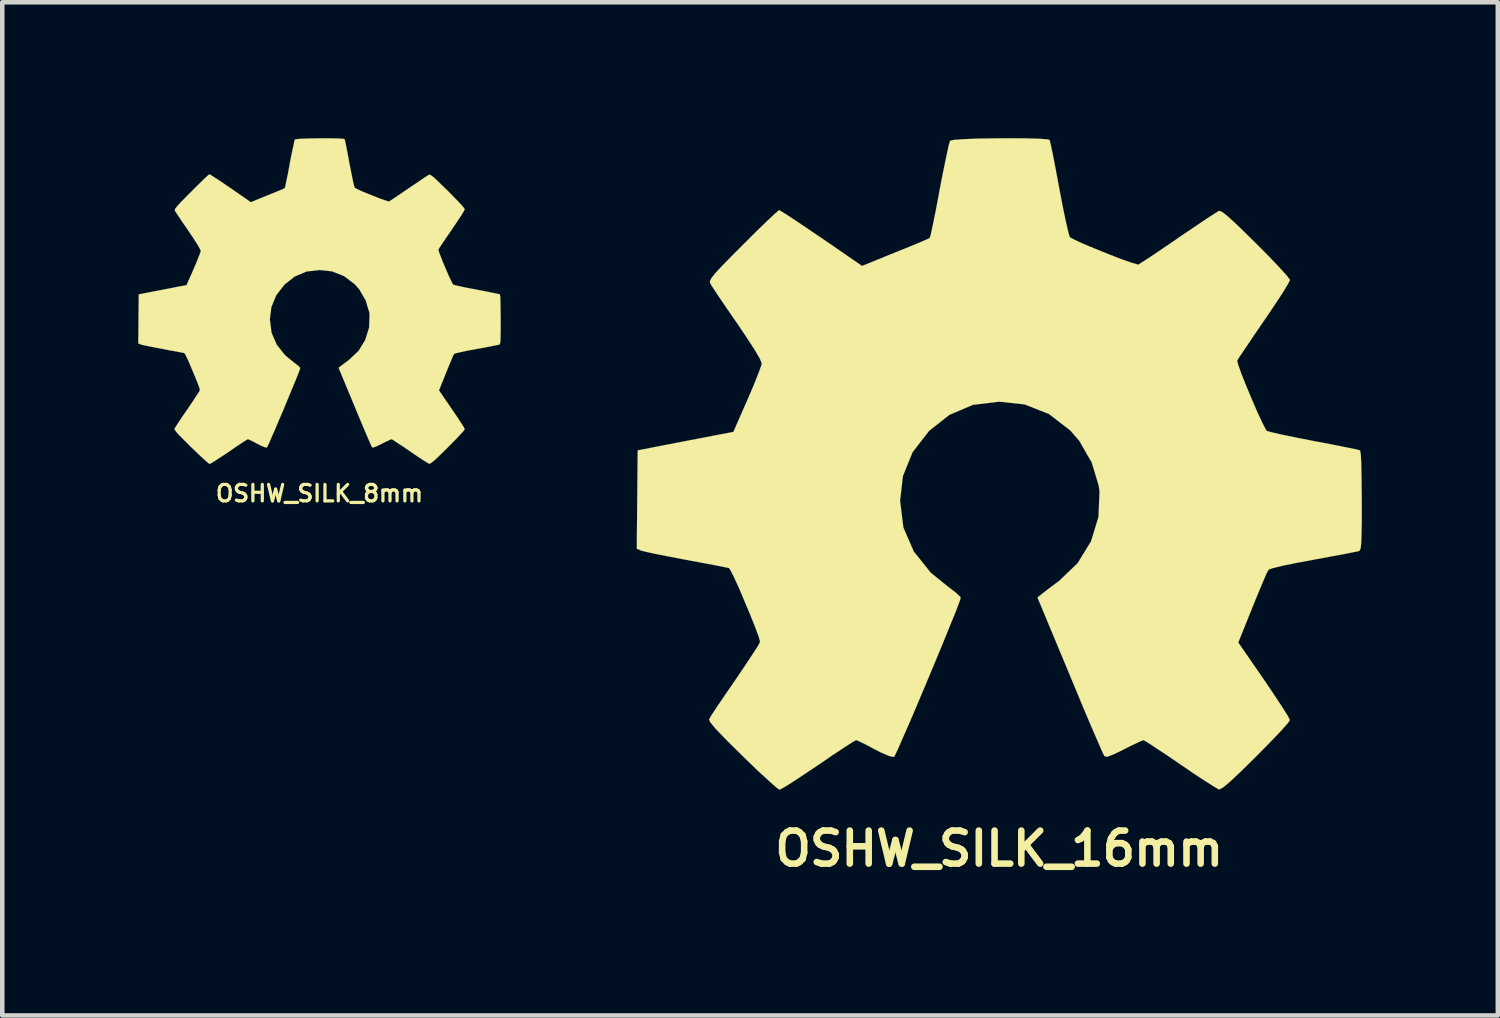
<source format=kicad_pcb>
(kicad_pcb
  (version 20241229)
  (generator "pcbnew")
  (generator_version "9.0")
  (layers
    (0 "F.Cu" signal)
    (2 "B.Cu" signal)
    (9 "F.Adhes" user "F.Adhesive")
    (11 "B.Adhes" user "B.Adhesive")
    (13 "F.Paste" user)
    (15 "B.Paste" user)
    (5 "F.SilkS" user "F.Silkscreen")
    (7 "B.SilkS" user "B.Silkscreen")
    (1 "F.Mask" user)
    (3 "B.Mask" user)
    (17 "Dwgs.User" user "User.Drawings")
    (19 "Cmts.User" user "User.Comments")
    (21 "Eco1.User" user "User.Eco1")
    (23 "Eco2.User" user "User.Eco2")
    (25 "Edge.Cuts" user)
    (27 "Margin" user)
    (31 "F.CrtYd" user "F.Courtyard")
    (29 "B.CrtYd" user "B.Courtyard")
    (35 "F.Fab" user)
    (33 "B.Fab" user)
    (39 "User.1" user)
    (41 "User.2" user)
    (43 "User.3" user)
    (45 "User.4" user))
  (footprint "OSHW_SILK_16mm"
    (layer "F.Cu")
    (at 18.998 7.189)
    (property "Reference" "OSHW_SILK_16mm" (at 0 8.486 0) (layer "F.SilkS") (effects (font (size 0.729 0.729) (thickness 0.145))))
    (attr through_hole)
    (fp_poly (pts (xy -4.849 7.186) (xy -4.765 7.142) (xy -4.577 7.026) (xy -4.31 6.85) (xy -3.995 6.64) (xy -3.68 6.424) (xy -3.419 6.251) (xy -3.236 6.134) (xy -3.16 6.091) (xy -3.119 6.104) (xy -2.967 6.177) (xy -2.751 6.292) (xy -2.624 6.358) (xy -2.423 6.444) (xy -2.324 6.462) (xy -2.306 6.434) (xy -2.233 6.281) (xy -2.118 6.017) (xy -1.966 5.672) (xy -1.793 5.265) (xy -1.608 4.826) (xy -1.422 4.381) (xy -1.245 3.955) (xy -1.09 3.571) (xy -0.963 3.261) (xy -0.881 3.045) (xy -0.851 2.951) (xy -0.861 2.931) (xy -0.96 2.835) (xy -1.135 2.703) (xy -1.514 2.395) (xy -1.887 1.928) (xy -2.116 1.4) (xy -2.189 0.81) (xy -2.126 0.264) (xy -1.913 -0.262) (xy -1.547 -0.734) (xy -1.102 -1.085) (xy -0.584 -1.306) (xy 0 -1.377) (xy 0.559 -1.316) (xy 1.095 -1.105) (xy 1.565 -0.744) (xy 1.765 -0.513) (xy 2.04 -0.036) (xy 2.195 0.478) (xy 2.212 0.607) (xy 2.189 1.168) (xy 2.024 1.707) (xy 1.727 2.189) (xy 1.316 2.583) (xy 1.262 2.621) (xy 1.072 2.764) (xy 0.945 2.863) (xy 0.843 2.944) (xy 1.56 4.666) (xy 1.674 4.94) (xy 1.869 5.41) (xy 2.042 5.817) (xy 2.182 6.139) (xy 2.276 6.355) (xy 2.319 6.441) (xy 2.324 6.447) (xy 2.385 6.457) (xy 2.517 6.408) (xy 2.756 6.292) (xy 2.916 6.21) (xy 3.099 6.124) (xy 3.183 6.091) (xy 3.251 6.129) (xy 3.426 6.243) (xy 3.683 6.413) (xy 3.99 6.622) (xy 4.282 6.822) (xy 4.554 7) (xy 4.752 7.125) (xy 4.846 7.178) (xy 4.862 7.178) (xy 4.945 7.13) (xy 5.1 7) (xy 5.334 6.779) (xy 5.667 6.452) (xy 5.718 6.401) (xy 5.989 6.124) (xy 6.213 5.89) (xy 6.36 5.725) (xy 6.413 5.649) (xy 6.365 5.555) (xy 6.241 5.359) (xy 6.063 5.088) (xy 5.845 4.765) (xy 5.273 3.937) (xy 5.588 3.155) (xy 5.685 2.916) (xy 5.806 2.626) (xy 5.895 2.418) (xy 5.944 2.329) (xy 6.027 2.299) (xy 6.243 2.245) (xy 6.553 2.182) (xy 6.921 2.113) (xy 7.275 2.047) (xy 7.595 1.989) (xy 7.823 1.943) (xy 7.927 1.923) (xy 7.953 1.908) (xy 7.973 1.857) (xy 7.986 1.75) (xy 7.993 1.554) (xy 7.998 1.252) (xy 7.998 0.81) (xy 7.998 0.762) (xy 7.993 0.34) (xy 7.988 0.005) (xy 7.976 -0.213) (xy 7.96 -0.3) (xy 7.96 -0.302) (xy 7.861 -0.328) (xy 7.635 -0.373) (xy 7.318 -0.437) (xy 6.937 -0.508) (xy 6.914 -0.513) (xy 6.535 -0.587) (xy 6.218 -0.653) (xy 5.997 -0.704) (xy 5.903 -0.732) (xy 5.883 -0.759) (xy 5.806 -0.907) (xy 5.697 -1.14) (xy 5.573 -1.427) (xy 5.448 -1.725) (xy 5.342 -1.991) (xy 5.271 -2.192) (xy 5.248 -2.281) (xy 5.25 -2.283) (xy 5.306 -2.375) (xy 5.438 -2.57) (xy 5.621 -2.842) (xy 5.842 -3.165) (xy 5.86 -3.19) (xy 6.076 -3.51) (xy 6.253 -3.78) (xy 6.37 -3.973) (xy 6.413 -4.059) (xy 6.413 -4.067) (xy 6.342 -4.161) (xy 6.177 -4.341) (xy 5.946 -4.585) (xy 5.664 -4.869) (xy 5.575 -4.956) (xy 5.265 -5.26) (xy 5.05 -5.458) (xy 4.915 -5.565) (xy 4.849 -5.588) (xy 4.846 -5.585) (xy 4.752 -5.527) (xy 4.549 -5.395) (xy 4.275 -5.21) (xy 3.95 -4.991) (xy 3.927 -4.973) (xy 3.609 -4.757) (xy 3.343 -4.577) (xy 3.152 -4.453) (xy 3.071 -4.402) (xy 3.056 -4.402) (xy 2.926 -4.44) (xy 2.697 -4.519) (xy 2.418 -4.628) (xy 2.123 -4.747) (xy 1.854 -4.859) (xy 1.651 -4.953) (xy 1.557 -5.006) (xy 1.554 -5.011) (xy 1.521 -5.126) (xy 1.466 -5.364) (xy 1.397 -5.695) (xy 1.323 -6.086) (xy 1.311 -6.149) (xy 1.24 -6.53) (xy 1.179 -6.845) (xy 1.133 -7.061) (xy 1.11 -7.153) (xy 1.057 -7.165) (xy 0.869 -7.178) (xy 0.587 -7.186) (xy 0.241 -7.188) (xy -0.122 -7.186) (xy -0.475 -7.181) (xy -0.777 -7.168) (xy -0.993 -7.153) (xy -1.082 -7.135) (xy -1.087 -7.13) (xy -1.12 -7.013) (xy -1.171 -6.772) (xy -1.24 -6.441) (xy -1.316 -6.048) (xy -1.328 -5.979) (xy -1.4 -5.598) (xy -1.463 -5.288) (xy -1.509 -5.072) (xy -1.534 -4.989) (xy -1.567 -4.971) (xy -1.725 -4.902) (xy -1.979 -4.796) (xy -2.296 -4.669) (xy -3.028 -4.371) (xy -3.924 -4.989) (xy -4.008 -5.044) (xy -4.331 -5.263) (xy -4.597 -5.441) (xy -4.783 -5.56) (xy -4.856 -5.603) (xy -4.864 -5.598) (xy -4.953 -5.522) (xy -5.131 -5.354) (xy -5.375 -5.118) (xy -5.657 -4.836) (xy -5.865 -4.628) (xy -6.114 -4.374) (xy -6.271 -4.206) (xy -6.355 -4.097) (xy -6.386 -4.031) (xy -6.378 -3.988) (xy -6.32 -3.896) (xy -6.19 -3.698) (xy -6.005 -3.426) (xy -5.786 -3.109) (xy -5.606 -2.842) (xy -5.41 -2.543) (xy -5.283 -2.327) (xy -5.24 -2.22) (xy -5.25 -2.177) (xy -5.314 -2.002) (xy -5.42 -1.735) (xy -5.555 -1.42) (xy -5.867 -0.709) (xy -6.335 -0.62) (xy -6.614 -0.566) (xy -7.01 -0.49) (xy -7.389 -0.417) (xy -7.978 -0.302) (xy -7.998 1.867) (xy -7.907 1.908) (xy -7.821 1.93) (xy -7.602 1.979) (xy -7.29 2.04) (xy -6.921 2.111) (xy -6.609 2.169) (xy -6.292 2.228) (xy -6.066 2.273) (xy -5.964 2.294) (xy -5.939 2.329) (xy -5.86 2.482) (xy -5.748 2.723) (xy -5.624 3.018) (xy -5.497 3.32) (xy -5.385 3.599) (xy -5.306 3.813) (xy -5.278 3.924) (xy -5.321 4.008) (xy -5.441 4.194) (xy -5.616 4.458) (xy -5.829 4.773) (xy -6.045 5.088) (xy -6.226 5.354) (xy -6.353 5.547) (xy -6.403 5.636) (xy -6.378 5.695) (xy -6.253 5.847) (xy -6.015 6.093) (xy -5.664 6.441) (xy -5.606 6.497) (xy -5.326 6.767) (xy -5.088 6.985) (xy -4.923 7.132) (xy -4.849 7.186)) (stroke (width 0.003) (type solid)) (fill yes) (layer "F.SilkS")))
  (footprint "OSHW_SILK_8mm"
    (layer "F.Cu")
    (at 3.999 3.595)
    (property "Reference" "OSHW_SILK_8mm" (at 0 4.242 0) (layer "F.SilkS") (effects (font (size 0.363 0.363) (thickness 0.071))))
    (attr through_hole)
    (fp_poly (pts (xy -2.423 3.592) (xy -2.383 3.571) (xy -2.289 3.513) (xy -2.154 3.424) (xy -1.996 3.32) (xy -1.839 3.211) (xy -1.709 3.124) (xy -1.618 3.066) (xy -1.58 3.045) (xy -1.56 3.051) (xy -1.483 3.089) (xy -1.374 3.145) (xy -1.311 3.178) (xy -1.212 3.221) (xy -1.161 3.231) (xy -1.153 3.216) (xy -1.115 3.139) (xy -1.059 3.007) (xy -0.983 2.835) (xy -0.897 2.631) (xy -0.803 2.413) (xy -0.711 2.189) (xy -0.622 1.976) (xy -0.544 1.786) (xy -0.48 1.631) (xy -0.439 1.521) (xy -0.424 1.476) (xy -0.429 1.466) (xy -0.48 1.417) (xy -0.566 1.351) (xy -0.757 1.196) (xy -0.942 0.963) (xy -1.057 0.699) (xy -1.095 0.404) (xy -1.062 0.132) (xy -0.955 -0.13) (xy -0.772 -0.366) (xy -0.551 -0.541) (xy -0.292 -0.653) (xy 0 -0.688) (xy 0.279 -0.658) (xy 0.546 -0.551) (xy 0.782 -0.371) (xy 0.881 -0.257) (xy 1.019 -0.018) (xy 1.097 0.239) (xy 1.105 0.302) (xy 1.095 0.584) (xy 1.011 0.853) (xy 0.864 1.095) (xy 0.658 1.29) (xy 0.63 1.311) (xy 0.536 1.382) (xy 0.472 1.43) (xy 0.422 1.471) (xy 0.78 2.332) (xy 0.836 2.469) (xy 0.935 2.705) (xy 1.021 2.908) (xy 1.09 3.068) (xy 1.138 3.178) (xy 1.158 3.221) (xy 1.161 3.223) (xy 1.191 3.228) (xy 1.257 3.203) (xy 1.377 3.145) (xy 1.458 3.104) (xy 1.549 3.061) (xy 1.59 3.045) (xy 1.626 3.063) (xy 1.712 3.122) (xy 1.841 3.205) (xy 1.994 3.31) (xy 2.141 3.411) (xy 2.276 3.5) (xy 2.375 3.561) (xy 2.423 3.589) (xy 2.431 3.589) (xy 2.471 3.564) (xy 2.55 3.5) (xy 2.667 3.388) (xy 2.832 3.226) (xy 2.857 3.2) (xy 2.995 3.061) (xy 3.106 2.944) (xy 3.18 2.863) (xy 3.205 2.824) (xy 3.183 2.776) (xy 3.119 2.68) (xy 3.03 2.543) (xy 2.921 2.383) (xy 2.637 1.968) (xy 2.794 1.577) (xy 2.842 1.458) (xy 2.903 1.313) (xy 2.946 1.209) (xy 2.972 1.163) (xy 3.012 1.148) (xy 3.122 1.123) (xy 3.277 1.09) (xy 3.459 1.057) (xy 3.637 1.024) (xy 3.797 0.993) (xy 3.912 0.97) (xy 3.962 0.96) (xy 3.975 0.953) (xy 3.985 0.927) (xy 3.993 0.874) (xy 3.995 0.777) (xy 3.998 0.625) (xy 3.998 0.404) (xy 3.998 0.381) (xy 3.995 0.17) (xy 3.993 0.003) (xy 3.988 -0.107) (xy 3.98 -0.15) (xy 3.929 -0.163) (xy 3.818 -0.185) (xy 3.658 -0.218) (xy 3.467 -0.254) (xy 3.457 -0.257) (xy 3.266 -0.292) (xy 3.109 -0.325) (xy 2.997 -0.351) (xy 2.951 -0.366) (xy 2.941 -0.378) (xy 2.903 -0.452) (xy 2.847 -0.569) (xy 2.786 -0.714) (xy 2.723 -0.861) (xy 2.67 -0.996) (xy 2.634 -1.095) (xy 2.624 -1.14) (xy 2.652 -1.186) (xy 2.718 -1.285) (xy 2.809 -1.42) (xy 2.921 -1.582) (xy 2.929 -1.595) (xy 3.038 -1.755) (xy 3.127 -1.89) (xy 3.185 -1.986) (xy 3.205 -2.029) (xy 3.205 -2.032) (xy 3.17 -2.08) (xy 3.089 -2.169) (xy 2.972 -2.291) (xy 2.832 -2.433) (xy 2.786 -2.477) (xy 2.631 -2.629) (xy 2.525 -2.728) (xy 2.456 -2.781) (xy 2.423 -2.794) (xy 2.423 -2.791) (xy 2.375 -2.764) (xy 2.273 -2.697) (xy 2.136 -2.603) (xy 1.974 -2.494) (xy 1.963 -2.487) (xy 1.803 -2.377) (xy 1.671 -2.289) (xy 1.575 -2.225) (xy 1.534 -2.2) (xy 1.527 -2.2) (xy 1.463 -2.22) (xy 1.349 -2.258) (xy 1.209 -2.314) (xy 1.062 -2.372) (xy 0.927 -2.428) (xy 0.826 -2.477) (xy 0.777 -2.502) (xy 0.777 -2.504) (xy 0.759 -2.563) (xy 0.732 -2.682) (xy 0.699 -2.847) (xy 0.66 -3.043) (xy 0.655 -3.073) (xy 0.62 -3.264) (xy 0.589 -3.421) (xy 0.566 -3.531) (xy 0.554 -3.576) (xy 0.528 -3.581) (xy 0.434 -3.589) (xy 0.292 -3.592) (xy 0.119 -3.594) (xy -0.061 -3.592) (xy -0.236 -3.589) (xy -0.389 -3.584) (xy -0.495 -3.576) (xy -0.541 -3.566) (xy -0.544 -3.564) (xy -0.559 -3.505) (xy -0.584 -3.386) (xy -0.62 -3.221) (xy -0.658 -3.023) (xy -0.663 -2.99) (xy -0.699 -2.799) (xy -0.732 -2.644) (xy -0.754 -2.535) (xy -0.767 -2.494) (xy -0.782 -2.484) (xy -0.861 -2.451) (xy -0.988 -2.398) (xy -1.148 -2.334) (xy -1.514 -2.184) (xy -1.961 -2.494) (xy -2.004 -2.522) (xy -2.164 -2.631) (xy -2.299 -2.72) (xy -2.39 -2.779) (xy -2.428 -2.802) (xy -2.431 -2.799) (xy -2.477 -2.761) (xy -2.565 -2.677) (xy -2.687 -2.558) (xy -2.827 -2.418) (xy -2.931 -2.314) (xy -3.056 -2.187) (xy -3.134 -2.103) (xy -3.178 -2.047) (xy -3.193 -2.014) (xy -3.188 -1.994) (xy -3.16 -1.948) (xy -3.094 -1.849) (xy -3.002 -1.712) (xy -2.893 -1.554) (xy -2.802 -1.42) (xy -2.705 -1.27) (xy -2.642 -1.163) (xy -2.619 -1.11) (xy -2.624 -1.087) (xy -2.657 -1.001) (xy -2.71 -0.866) (xy -2.776 -0.709) (xy -2.934 -0.353) (xy -3.167 -0.31) (xy -3.307 -0.282) (xy -3.505 -0.244) (xy -3.693 -0.208) (xy -3.988 -0.15) (xy -3.998 0.932) (xy -3.952 0.953) (xy -3.909 0.965) (xy -3.8 0.988) (xy -3.645 1.019) (xy -3.459 1.054) (xy -3.305 1.085) (xy -3.145 1.113) (xy -3.033 1.135) (xy -2.982 1.146) (xy -2.969 1.163) (xy -2.929 1.24) (xy -2.873 1.361) (xy -2.812 1.509) (xy -2.748 1.659) (xy -2.692 1.798) (xy -2.652 1.905) (xy -2.639 1.961) (xy -2.659 2.004) (xy -2.72 2.095) (xy -2.807 2.228) (xy -2.913 2.385) (xy -3.023 2.543) (xy -3.111 2.677) (xy -3.175 2.774) (xy -3.2 2.817) (xy -3.188 2.847) (xy -3.127 2.924) (xy -3.007 3.045) (xy -2.832 3.221) (xy -2.802 3.249) (xy -2.662 3.383) (xy -2.543 3.493) (xy -2.461 3.566) (xy -2.423 3.592)) (stroke (width 0.003) (type solid)) (fill yes) (layer "F.SilkS")))
  (gr_rect
    (start -3 -3)
    (end 29.998 19.356)
    (stroke (width 0.1) (type default))
    (fill no)
    (layer "Edge.Cuts")))
</source>
